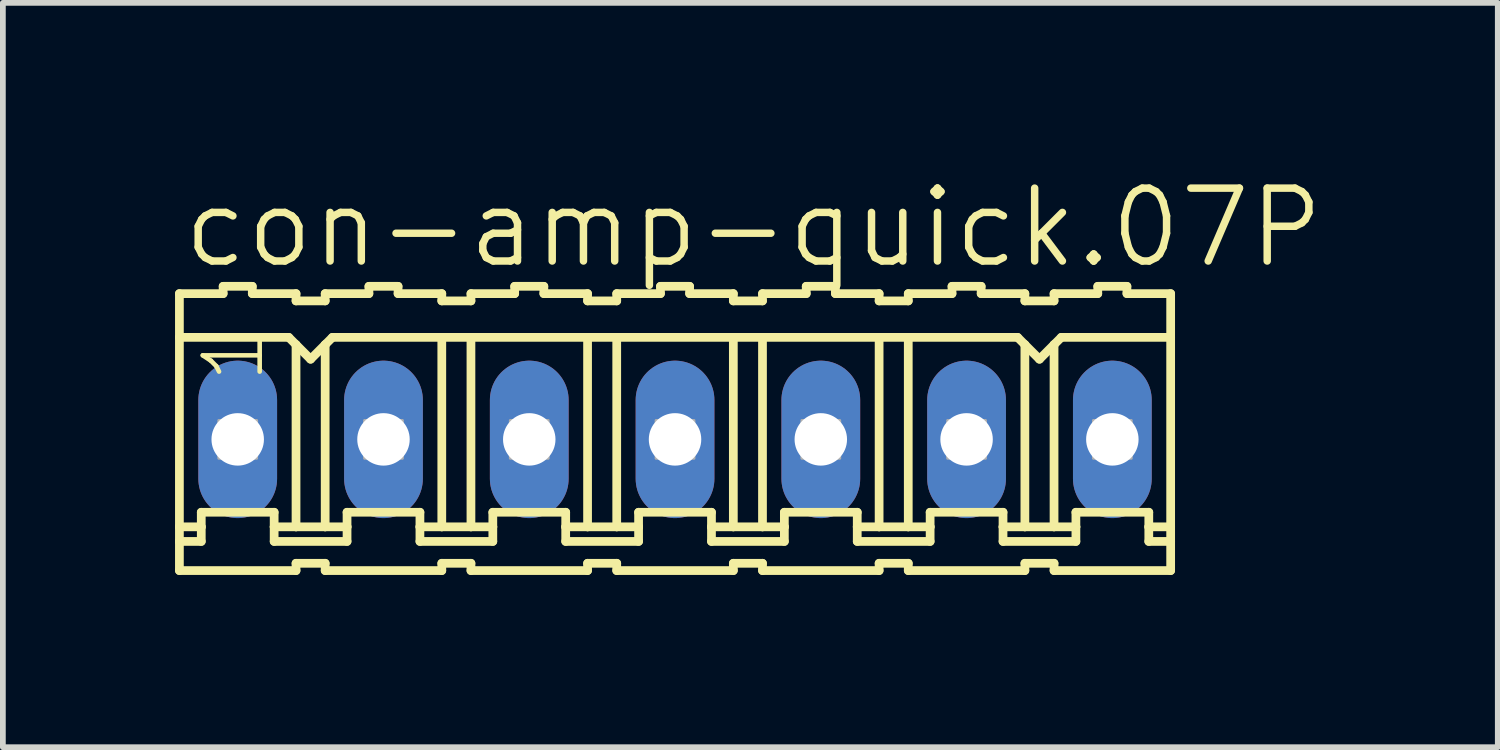
<source format=kicad_pcb>
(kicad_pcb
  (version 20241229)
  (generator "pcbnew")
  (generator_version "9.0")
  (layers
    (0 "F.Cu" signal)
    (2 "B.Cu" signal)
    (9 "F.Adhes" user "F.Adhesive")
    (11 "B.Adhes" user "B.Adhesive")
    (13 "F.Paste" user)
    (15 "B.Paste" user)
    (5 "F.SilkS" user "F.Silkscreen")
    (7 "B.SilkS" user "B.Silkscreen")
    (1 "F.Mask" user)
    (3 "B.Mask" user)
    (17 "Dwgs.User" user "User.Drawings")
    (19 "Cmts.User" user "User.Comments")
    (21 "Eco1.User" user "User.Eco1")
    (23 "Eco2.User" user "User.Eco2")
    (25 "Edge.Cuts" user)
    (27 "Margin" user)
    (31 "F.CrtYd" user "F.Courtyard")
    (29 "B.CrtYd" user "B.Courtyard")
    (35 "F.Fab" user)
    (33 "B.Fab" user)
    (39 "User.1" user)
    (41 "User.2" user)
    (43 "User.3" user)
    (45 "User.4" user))
  (footprint "con-amp-quick.07P"
    (layer "F.Cu")
    (at 8.712 4.606)
    (property "Reference" "con-amp-quick.07P" (at -8.636 -2.946 0) (layer "F.SilkS") (effects (font (size 1.27 1.27) (thickness 0.13)) (justify left bottom)))
    (attr through_hole)
    (fp_line (start -8.636 -2.54) (end -8.636 -1.778) (stroke (width 0.152) (type default)) (layer "F.SilkS"))
    (fp_line (start -8.636 -2.54) (end -7.874 -2.54) (stroke (width 0.152) (type default)) (layer "F.SilkS"))
    (fp_line (start -8.636 -1.778) (end -8.636 1.524) (stroke (width 0.152) (type default)) (layer "F.SilkS"))
    (fp_line (start -8.636 1.524) (end -8.636 1.778) (stroke (width 0.152) (type default)) (layer "F.SilkS"))
    (fp_line (start -8.636 1.778) (end -8.636 2.286) (stroke (width 0.152) (type default)) (layer "F.SilkS"))
    (fp_line (start -8.636 1.778) (end -8.255 1.778) (stroke (width 0.152) (type default)) (layer "F.SilkS"))
    (fp_line (start -8.255 1.27) (end -6.985 1.27) (stroke (width 0.152) (type default)) (layer "F.SilkS"))
    (fp_line (start -8.255 1.524) (end -8.636 1.524) (stroke (width 0.152) (type default)) (layer "F.SilkS"))
    (fp_line (start -8.255 1.524) (end -8.255 1.27) (stroke (width 0.152) (type default)) (layer "F.SilkS"))
    (fp_line (start -8.255 1.778) (end -8.255 1.524) (stroke (width 0.152) (type default)) (layer "F.SilkS"))
    (fp_line (start -7.874 -2.54) (end -7.874 -2.667) (stroke (width 0.152) (type default)) (layer "F.SilkS"))
    (fp_line (start -7.366 -2.667) (end -7.874 -2.667) (stroke (width 0.152) (type default)) (layer "F.SilkS"))
    (fp_line (start -7.366 -2.54) (end -7.366 -2.667) (stroke (width 0.152) (type default)) (layer "F.SilkS"))
    (fp_line (start -6.985 1.524) (end -6.985 1.27) (stroke (width 0.152) (type default)) (layer "F.SilkS"))
    (fp_line (start -6.985 1.524) (end -6.604 1.524) (stroke (width 0.152) (type default)) (layer "F.SilkS"))
    (fp_line (start -6.985 1.778) (end -6.985 1.524) (stroke (width 0.152) (type default)) (layer "F.SilkS"))
    (fp_line (start -6.731 -1.778) (end -8.636 -1.778) (stroke (width 0.152) (type default)) (layer "F.SilkS"))
    (fp_line (start -6.731 -1.778) (end -6.604 -1.651) (stroke (width 0.152) (type default)) (layer "F.SilkS"))
    (fp_line (start -6.604 -2.54) (end -7.366 -2.54) (stroke (width 0.152) (type default)) (layer "F.SilkS"))
    (fp_line (start -6.604 -2.413) (end -6.604 -2.54) (stroke (width 0.152) (type default)) (layer "F.SilkS"))
    (fp_line (start -6.604 -2.413) (end -6.096 -2.413) (stroke (width 0.152) (type default)) (layer "F.SilkS"))
    (fp_line (start -6.604 -1.651) (end -6.604 1.524) (stroke (width 0.152) (type default)) (layer "F.SilkS"))
    (fp_line (start -6.604 -1.651) (end -6.35 -1.397) (stroke (width 0.152) (type default)) (layer "F.SilkS"))
    (fp_line (start -6.604 1.524) (end -6.096 1.524) (stroke (width 0.152) (type default)) (layer "F.SilkS"))
    (fp_line (start -6.604 2.159) (end -6.604 2.286) (stroke (width 0.152) (type default)) (layer "F.SilkS"))
    (fp_line (start -6.604 2.286) (end -8.636 2.286) (stroke (width 0.152) (type default)) (layer "F.SilkS"))
    (fp_line (start -6.35 -1.397) (end -6.096 -1.651) (stroke (width 0.152) (type default)) (layer "F.SilkS"))
    (fp_line (start -6.096 -2.54) (end -5.334 -2.54) (stroke (width 0.152) (type default)) (layer "F.SilkS"))
    (fp_line (start -6.096 -2.413) (end -6.096 -2.54) (stroke (width 0.152) (type default)) (layer "F.SilkS"))
    (fp_line (start -6.096 -1.651) (end -6.096 1.524) (stroke (width 0.152) (type default)) (layer "F.SilkS"))
    (fp_line (start -6.096 -1.651) (end -5.969 -1.778) (stroke (width 0.152) (type default)) (layer "F.SilkS"))
    (fp_line (start -6.096 1.524) (end -5.715 1.524) (stroke (width 0.152) (type default)) (layer "F.SilkS"))
    (fp_line (start -6.096 2.159) (end -6.604 2.159) (stroke (width 0.152) (type default)) (layer "F.SilkS"))
    (fp_line (start -6.096 2.159) (end -6.096 2.286) (stroke (width 0.152) (type default)) (layer "F.SilkS"))
    (fp_line (start -6.096 2.286) (end -4.064 2.286) (stroke (width 0.152) (type default)) (layer "F.SilkS"))
    (fp_line (start -5.969 -1.778) (end -4.064 -1.778) (stroke (width 0.152) (type default)) (layer "F.SilkS"))
    (fp_line (start -5.715 1.27) (end -4.445 1.27) (stroke (width 0.152) (type default)) (layer "F.SilkS"))
    (fp_line (start -5.715 1.524) (end -5.715 1.27) (stroke (width 0.152) (type default)) (layer "F.SilkS"))
    (fp_line (start -5.715 1.778) (end -6.985 1.778) (stroke (width 0.152) (type default)) (layer "F.SilkS"))
    (fp_line (start -5.715 1.778) (end -5.715 1.524) (stroke (width 0.152) (type default)) (layer "F.SilkS"))
    (fp_line (start -5.334 -2.54) (end -5.334 -2.667) (stroke (width 0.152) (type default)) (layer "F.SilkS"))
    (fp_line (start -4.826 -2.667) (end -5.334 -2.667) (stroke (width 0.152) (type default)) (layer "F.SilkS"))
    (fp_line (start -4.826 -2.54) (end -4.826 -2.667) (stroke (width 0.152) (type default)) (layer "F.SilkS"))
    (fp_line (start -4.826 -2.54) (end -4.064 -2.54) (stroke (width 0.152) (type default)) (layer "F.SilkS"))
    (fp_line (start -4.445 1.524) (end -4.445 1.27) (stroke (width 0.152) (type default)) (layer "F.SilkS"))
    (fp_line (start -4.445 1.524) (end -4.064 1.524) (stroke (width 0.152) (type default)) (layer "F.SilkS"))
    (fp_line (start -4.445 1.778) (end -4.445 1.524) (stroke (width 0.152) (type default)) (layer "F.SilkS"))
    (fp_line (start -4.445 1.778) (end -3.175 1.778) (stroke (width 0.152) (type default)) (layer "F.SilkS"))
    (fp_line (start -4.064 -2.413) (end -4.064 -2.54) (stroke (width 0.152) (type default)) (layer "F.SilkS"))
    (fp_line (start -4.064 -1.778) (end -4.064 1.524) (stroke (width 0.152) (type default)) (layer "F.SilkS"))
    (fp_line (start -4.064 -1.778) (end -3.556 -1.778) (stroke (width 0.152) (type default)) (layer "F.SilkS"))
    (fp_line (start -4.064 1.524) (end -3.556 1.524) (stroke (width 0.152) (type default)) (layer "F.SilkS"))
    (fp_line (start -4.064 2.159) (end -4.064 2.286) (stroke (width 0.152) (type default)) (layer "F.SilkS"))
    (fp_line (start -3.556 -2.54) (end -2.794 -2.54) (stroke (width 0.152) (type default)) (layer "F.SilkS"))
    (fp_line (start -3.556 -2.413) (end -4.064 -2.413) (stroke (width 0.152) (type default)) (layer "F.SilkS"))
    (fp_line (start -3.556 -2.413) (end -3.556 -2.54) (stroke (width 0.152) (type default)) (layer "F.SilkS"))
    (fp_line (start -3.556 -1.778) (end -3.556 1.524) (stroke (width 0.152) (type default)) (layer "F.SilkS"))
    (fp_line (start -3.556 -1.778) (end -1.524 -1.778) (stroke (width 0.152) (type default)) (layer "F.SilkS"))
    (fp_line (start -3.556 1.524) (end -3.175 1.524) (stroke (width 0.152) (type default)) (layer "F.SilkS"))
    (fp_line (start -3.556 2.159) (end -4.064 2.159) (stroke (width 0.152) (type default)) (layer "F.SilkS"))
    (fp_line (start -3.556 2.159) (end -3.556 2.286) (stroke (width 0.152) (type default)) (layer "F.SilkS"))
    (fp_line (start -3.175 1.27) (end -1.905 1.27) (stroke (width 0.152) (type default)) (layer "F.SilkS"))
    (fp_line (start -3.175 1.524) (end -3.175 1.27) (stroke (width 0.152) (type default)) (layer "F.SilkS"))
    (fp_line (start -3.175 1.778) (end -3.175 1.524) (stroke (width 0.152) (type default)) (layer "F.SilkS"))
    (fp_line (start -2.794 -2.54) (end -2.794 -2.667) (stroke (width 0.152) (type default)) (layer "F.SilkS"))
    (fp_line (start -2.286 -2.667) (end -2.794 -2.667) (stroke (width 0.152) (type default)) (layer "F.SilkS"))
    (fp_line (start -2.286 -2.54) (end -2.286 -2.667) (stroke (width 0.152) (type default)) (layer "F.SilkS"))
    (fp_line (start -2.286 -2.54) (end -1.524 -2.54) (stroke (width 0.152) (type default)) (layer "F.SilkS"))
    (fp_line (start -1.905 1.524) (end -1.905 1.27) (stroke (width 0.152) (type default)) (layer "F.SilkS"))
    (fp_line (start -1.905 1.524) (end -1.524 1.524) (stroke (width 0.152) (type default)) (layer "F.SilkS"))
    (fp_line (start -1.905 1.778) (end -1.905 1.524) (stroke (width 0.152) (type default)) (layer "F.SilkS"))
    (fp_line (start -1.524 -2.54) (end -1.524 -2.413) (stroke (width 0.152) (type default)) (layer "F.SilkS"))
    (fp_line (start -1.524 -1.778) (end -1.524 1.524) (stroke (width 0.152) (type default)) (layer "F.SilkS"))
    (fp_line (start -1.524 2.159) (end -1.524 2.286) (stroke (width 0.152) (type default)) (layer "F.SilkS"))
    (fp_line (start -1.524 2.286) (end -3.556 2.286) (stroke (width 0.152) (type default)) (layer "F.SilkS"))
    (fp_line (start -1.016 -2.54) (end -1.016 -2.413) (stroke (width 0.152) (type default)) (layer "F.SilkS"))
    (fp_line (start -1.016 -2.54) (end -0.254 -2.54) (stroke (width 0.152) (type default)) (layer "F.SilkS"))
    (fp_line (start -1.016 -2.413) (end -1.524 -2.413) (stroke (width 0.152) (type default)) (layer "F.SilkS"))
    (fp_line (start -1.016 -1.778) (end -1.524 -1.778) (stroke (width 0.152) (type default)) (layer "F.SilkS"))
    (fp_line (start -1.016 -1.778) (end -1.016 1.524) (stroke (width 0.152) (type default)) (layer "F.SilkS"))
    (fp_line (start -1.016 -1.778) (end 1.016 -1.778) (stroke (width 0.152) (type default)) (layer "F.SilkS"))
    (fp_line (start -1.016 1.524) (end -1.524 1.524) (stroke (width 0.152) (type default)) (layer "F.SilkS"))
    (fp_line (start -1.016 2.159) (end -1.524 2.159) (stroke (width 0.152) (type default)) (layer "F.SilkS"))
    (fp_line (start -1.016 2.159) (end -1.016 2.286) (stroke (width 0.152) (type default)) (layer "F.SilkS"))
    (fp_line (start -0.635 1.27) (end 0.635 1.27) (stroke (width 0.152) (type default)) (layer "F.SilkS"))
    (fp_line (start -0.635 1.524) (end -1.016 1.524) (stroke (width 0.152) (type default)) (layer "F.SilkS"))
    (fp_line (start -0.635 1.524) (end -0.635 1.27) (stroke (width 0.152) (type default)) (layer "F.SilkS"))
    (fp_line (start -0.635 1.778) (end -1.905 1.778) (stroke (width 0.152) (type default)) (layer "F.SilkS"))
    (fp_line (start -0.635 1.778) (end -0.635 1.524) (stroke (width 0.152) (type default)) (layer "F.SilkS"))
    (fp_line (start -0.254 -2.54) (end -0.254 -2.667) (stroke (width 0.152) (type default)) (layer "F.SilkS"))
    (fp_line (start 0.254 -2.667) (end -0.254 -2.667) (stroke (width 0.152) (type default)) (layer "F.SilkS"))
    (fp_line (start 0.254 -2.54) (end 0.254 -2.667) (stroke (width 0.152) (type default)) (layer "F.SilkS"))
    (fp_line (start 0.635 1.524) (end 0.635 1.27) (stroke (width 0.152) (type default)) (layer "F.SilkS"))
    (fp_line (start 0.635 1.524) (end 1.016 1.524) (stroke (width 0.152) (type default)) (layer "F.SilkS"))
    (fp_line (start 0.635 1.778) (end 0.635 1.524) (stroke (width 0.152) (type default)) (layer "F.SilkS"))
    (fp_line (start 1.016 -2.54) (end 0.254 -2.54) (stroke (width 0.152) (type default)) (layer "F.SilkS"))
    (fp_line (start 1.016 -2.413) (end 1.016 -2.54) (stroke (width 0.152) (type default)) (layer "F.SilkS"))
    (fp_line (start 1.016 -2.413) (end 1.524 -2.413) (stroke (width 0.152) (type default)) (layer "F.SilkS"))
    (fp_line (start 1.016 -1.778) (end 1.016 1.524) (stroke (width 0.152) (type default)) (layer "F.SilkS"))
    (fp_line (start 1.016 -1.778) (end 1.524 -1.778) (stroke (width 0.152) (type default)) (layer "F.SilkS"))
    (fp_line (start 1.016 1.524) (end 1.524 1.524) (stroke (width 0.152) (type default)) (layer "F.SilkS"))
    (fp_line (start 1.016 2.159) (end 1.016 2.286) (stroke (width 0.152) (type default)) (layer "F.SilkS"))
    (fp_line (start 1.016 2.286) (end -1.016 2.286) (stroke (width 0.152) (type default)) (layer "F.SilkS"))
    (fp_line (start 1.524 -2.54) (end 2.286 -2.54) (stroke (width 0.152) (type default)) (layer "F.SilkS"))
    (fp_line (start 1.524 -2.413) (end 1.524 -2.54) (stroke (width 0.152) (type default)) (layer "F.SilkS"))
    (fp_line (start 1.524 -1.778) (end 1.524 1.524) (stroke (width 0.152) (type default)) (layer "F.SilkS"))
    (fp_line (start 1.524 -1.778) (end 3.556 -1.778) (stroke (width 0.152) (type default)) (layer "F.SilkS"))
    (fp_line (start 1.524 1.524) (end 1.905 1.524) (stroke (width 0.152) (type default)) (layer "F.SilkS"))
    (fp_line (start 1.524 2.159) (end 1.016 2.159) (stroke (width 0.152) (type default)) (layer "F.SilkS"))
    (fp_line (start 1.524 2.159) (end 1.524 2.286) (stroke (width 0.152) (type default)) (layer "F.SilkS"))
    (fp_line (start 1.905 1.27) (end 3.175 1.27) (stroke (width 0.152) (type default)) (layer "F.SilkS"))
    (fp_line (start 1.905 1.524) (end 1.905 1.27) (stroke (width 0.152) (type default)) (layer "F.SilkS"))
    (fp_line (start 1.905 1.778) (end 0.635 1.778) (stroke (width 0.152) (type default)) (layer "F.SilkS"))
    (fp_line (start 1.905 1.778) (end 1.905 1.524) (stroke (width 0.152) (type default)) (layer "F.SilkS"))
    (fp_line (start 2.286 -2.54) (end 2.286 -2.667) (stroke (width 0.152) (type default)) (layer "F.SilkS"))
    (fp_line (start 2.794 -2.667) (end 2.286 -2.667) (stroke (width 0.152) (type default)) (layer "F.SilkS"))
    (fp_line (start 2.794 -2.54) (end 2.794 -2.667) (stroke (width 0.152) (type default)) (layer "F.SilkS"))
    (fp_line (start 3.175 1.524) (end 3.175 1.27) (stroke (width 0.152) (type default)) (layer "F.SilkS"))
    (fp_line (start 3.175 1.524) (end 3.556 1.524) (stroke (width 0.152) (type default)) (layer "F.SilkS"))
    (fp_line (start 3.175 1.778) (end 3.175 1.524) (stroke (width 0.152) (type default)) (layer "F.SilkS"))
    (fp_line (start 3.556 -2.54) (end 2.794 -2.54) (stroke (width 0.152) (type default)) (layer "F.SilkS"))
    (fp_line (start 3.556 -2.413) (end 3.556 -2.54) (stroke (width 0.152) (type default)) (layer "F.SilkS"))
    (fp_line (start 3.556 -2.413) (end 4.064 -2.413) (stroke (width 0.152) (type default)) (layer "F.SilkS"))
    (fp_line (start 3.556 -1.778) (end 3.556 1.524) (stroke (width 0.152) (type default)) (layer "F.SilkS"))
    (fp_line (start 3.556 -1.778) (end 4.064 -1.778) (stroke (width 0.152) (type default)) (layer "F.SilkS"))
    (fp_line (start 3.556 1.524) (end 4.064 1.524) (stroke (width 0.152) (type default)) (layer "F.SilkS"))
    (fp_line (start 3.556 2.159) (end 3.556 2.286) (stroke (width 0.152) (type default)) (layer "F.SilkS"))
    (fp_line (start 3.556 2.286) (end 1.524 2.286) (stroke (width 0.152) (type default)) (layer "F.SilkS"))
    (fp_line (start 4.064 -2.54) (end 4.826 -2.54) (stroke (width 0.152) (type default)) (layer "F.SilkS"))
    (fp_line (start 4.064 -2.413) (end 4.064 -2.54) (stroke (width 0.152) (type default)) (layer "F.SilkS"))
    (fp_line (start 4.064 -1.778) (end 4.064 1.524) (stroke (width 0.152) (type default)) (layer "F.SilkS"))
    (fp_line (start 4.064 -1.778) (end 5.969 -1.778) (stroke (width 0.152) (type default)) (layer "F.SilkS"))
    (fp_line (start 4.064 1.524) (end 4.445 1.524) (stroke (width 0.152) (type default)) (layer "F.SilkS"))
    (fp_line (start 4.064 2.159) (end 3.556 2.159) (stroke (width 0.152) (type default)) (layer "F.SilkS"))
    (fp_line (start 4.064 2.159) (end 4.064 2.286) (stroke (width 0.152) (type default)) (layer "F.SilkS"))
    (fp_line (start 4.445 1.27) (end 5.715 1.27) (stroke (width 0.152) (type default)) (layer "F.SilkS"))
    (fp_line (start 4.445 1.524) (end 4.445 1.27) (stroke (width 0.152) (type default)) (layer "F.SilkS"))
    (fp_line (start 4.445 1.778) (end 3.175 1.778) (stroke (width 0.152) (type default)) (layer "F.SilkS"))
    (fp_line (start 4.445 1.778) (end 4.445 1.524) (stroke (width 0.152) (type default)) (layer "F.SilkS"))
    (fp_line (start 4.826 -2.54) (end 4.826 -2.667) (stroke (width 0.152) (type default)) (layer "F.SilkS"))
    (fp_line (start 5.334 -2.667) (end 4.826 -2.667) (stroke (width 0.152) (type default)) (layer "F.SilkS"))
    (fp_line (start 5.334 -2.54) (end 5.334 -2.667) (stroke (width 0.152) (type default)) (layer "F.SilkS"))
    (fp_line (start 5.334 -2.54) (end 6.096 -2.54) (stroke (width 0.152) (type default)) (layer "F.SilkS"))
    (fp_line (start 5.715 1.524) (end 5.715 1.27) (stroke (width 0.152) (type default)) (layer "F.SilkS"))
    (fp_line (start 5.715 1.524) (end 6.096 1.524) (stroke (width 0.152) (type default)) (layer "F.SilkS"))
    (fp_line (start 5.715 1.778) (end 5.715 1.524) (stroke (width 0.152) (type default)) (layer "F.SilkS"))
    (fp_line (start 5.715 1.778) (end 6.985 1.778) (stroke (width 0.152) (type default)) (layer "F.SilkS"))
    (fp_line (start 5.969 -1.778) (end 6.096 -1.651) (stroke (width 0.152) (type default)) (layer "F.SilkS"))
    (fp_line (start 6.096 -2.413) (end 6.096 -2.54) (stroke (width 0.152) (type default)) (layer "F.SilkS"))
    (fp_line (start 6.096 -1.651) (end 6.096 1.524) (stroke (width 0.152) (type default)) (layer "F.SilkS"))
    (fp_line (start 6.096 -1.651) (end 6.35 -1.397) (stroke (width 0.152) (type default)) (layer "F.SilkS"))
    (fp_line (start 6.096 1.524) (end 6.604 1.524) (stroke (width 0.152) (type default)) (layer "F.SilkS"))
    (fp_line (start 6.096 2.159) (end 6.096 2.286) (stroke (width 0.152) (type default)) (layer "F.SilkS"))
    (fp_line (start 6.096 2.286) (end 4.064 2.286) (stroke (width 0.152) (type default)) (layer "F.SilkS"))
    (fp_line (start 6.35 -1.397) (end 6.604 -1.651) (stroke (width 0.152) (type default)) (layer "F.SilkS"))
    (fp_line (start 6.604 -2.54) (end 7.366 -2.54) (stroke (width 0.152) (type default)) (layer "F.SilkS"))
    (fp_line (start 6.604 -2.413) (end 6.096 -2.413) (stroke (width 0.152) (type default)) (layer "F.SilkS"))
    (fp_line (start 6.604 -2.413) (end 6.604 -2.54) (stroke (width 0.152) (type default)) (layer "F.SilkS"))
    (fp_line (start 6.604 -1.651) (end 6.604 1.524) (stroke (width 0.152) (type default)) (layer "F.SilkS"))
    (fp_line (start 6.604 -1.651) (end 6.731 -1.778) (stroke (width 0.152) (type default)) (layer "F.SilkS"))
    (fp_line (start 6.604 1.524) (end 6.985 1.524) (stroke (width 0.152) (type default)) (layer "F.SilkS"))
    (fp_line (start 6.604 2.159) (end 6.096 2.159) (stroke (width 0.152) (type default)) (layer "F.SilkS"))
    (fp_line (start 6.604 2.159) (end 6.604 2.286) (stroke (width 0.152) (type default)) (layer "F.SilkS"))
    (fp_line (start 6.731 -1.778) (end 8.636 -1.778) (stroke (width 0.152) (type default)) (layer "F.SilkS"))
    (fp_line (start 6.985 1.27) (end 8.255 1.27) (stroke (width 0.152) (type default)) (layer "F.SilkS"))
    (fp_line (start 6.985 1.524) (end 6.985 1.27) (stroke (width 0.152) (type default)) (layer "F.SilkS"))
    (fp_line (start 6.985 1.778) (end 6.985 1.524) (stroke (width 0.152) (type default)) (layer "F.SilkS"))
    (fp_line (start 7.366 -2.54) (end 7.366 -2.667) (stroke (width 0.152) (type default)) (layer "F.SilkS"))
    (fp_line (start 7.874 -2.667) (end 7.366 -2.667) (stroke (width 0.152) (type default)) (layer "F.SilkS"))
    (fp_line (start 7.874 -2.54) (end 7.874 -2.667) (stroke (width 0.152) (type default)) (layer "F.SilkS"))
    (fp_line (start 7.874 -2.54) (end 8.636 -2.54) (stroke (width 0.152) (type default)) (layer "F.SilkS"))
    (fp_line (start 8.255 1.524) (end 8.255 1.27) (stroke (width 0.152) (type default)) (layer "F.SilkS"))
    (fp_line (start 8.255 1.524) (end 8.636 1.524) (stroke (width 0.152) (type default)) (layer "F.SilkS"))
    (fp_line (start 8.255 1.778) (end 8.255 1.524) (stroke (width 0.152) (type default)) (layer "F.SilkS"))
    (fp_line (start 8.636 -1.778) (end 8.636 -2.54) (stroke (width 0.152) (type default)) (layer "F.SilkS"))
    (fp_line (start 8.636 -1.778) (end 8.636 1.524) (stroke (width 0.152) (type default)) (layer "F.SilkS"))
    (fp_line (start 8.636 1.524) (end 8.636 1.778) (stroke (width 0.152) (type default)) (layer "F.SilkS"))
    (fp_line (start 8.636 1.778) (end 8.255 1.778) (stroke (width 0.152) (type default)) (layer "F.SilkS"))
    (fp_line (start 8.636 1.778) (end 8.636 2.286) (stroke (width 0.152) (type default)) (layer "F.SilkS"))
    (fp_line (start 8.636 2.286) (end 6.604 2.286) (stroke (width 0.152) (type default)) (layer "F.SilkS"))
    (fp_rect (start -7.95 0.33) (end -7.29 -0.33) (stroke (width 0.05) (type default)) (fill no) (layer "F.Fab"))
    (fp_rect (start -5.41 0.33) (end -4.75 -0.33) (stroke (width 0.05) (type default)) (fill no) (layer "F.Fab"))
    (fp_rect (start -2.87 0.33) (end -2.21 -0.33) (stroke (width 0.05) (type default)) (fill no) (layer "F.Fab"))
    (fp_rect (start -0.33 0.33) (end 0.33 -0.33) (stroke (width 0.05) (type default)) (fill no) (layer "F.Fab"))
    (fp_rect (start 2.21 0.33) (end 2.87 -0.33) (stroke (width 0.05) (type default)) (fill no) (layer "F.Fab"))
    (fp_rect (start 4.75 0.33) (end 5.41 -0.33) (stroke (width 0.05) (type default)) (fill no) (layer "F.Fab"))
    (fp_rect (start 7.29 0.33) (end 7.95 -0.33) (stroke (width 0.05) (type default)) (fill no) (layer "F.Fab"))
    (fp_text user "1" (at -7.112 -0.94 90) (layer "F.SilkS") (effects (font (size 0.991 0.991) (thickness 0.08)) (justify left bottom)))
    (pad "1" thru_hole oval (at -7.62 0 90) (size 2.743 1.372) (drill 0.914) (layers "*.Cu" "*.Mask"))
    (pad "2" thru_hole oval (at -5.08 0 90) (size 2.743 1.372) (drill 0.914) (layers "*.Cu" "*.Mask"))
    (pad "3" thru_hole oval (at -2.54 0 90) (size 2.743 1.372) (drill 0.914) (layers "*.Cu" "*.Mask"))
    (pad "4" thru_hole oval (at 0 0 90) (size 2.743 1.372) (drill 0.914) (layers "*.Cu" "*.Mask"))
    (pad "5" thru_hole oval (at 2.54 0 90) (size 2.743 1.372) (drill 0.914) (layers "*.Cu" "*.Mask"))
    (pad "6" thru_hole oval (at 5.08 0 90) (size 2.743 1.372) (drill 0.914) (layers "*.Cu" "*.Mask"))
    (pad "7" thru_hole oval (at 7.62 0 90) (size 2.743 1.372) (drill 0.914) (layers "*.Cu" "*.Mask")))
  (gr_rect
    (start -3 -3)
    (end 23.048 9.969)
    (stroke (width 0.1) (type default))
    (fill no)
    (layer "Edge.Cuts")))
</source>
